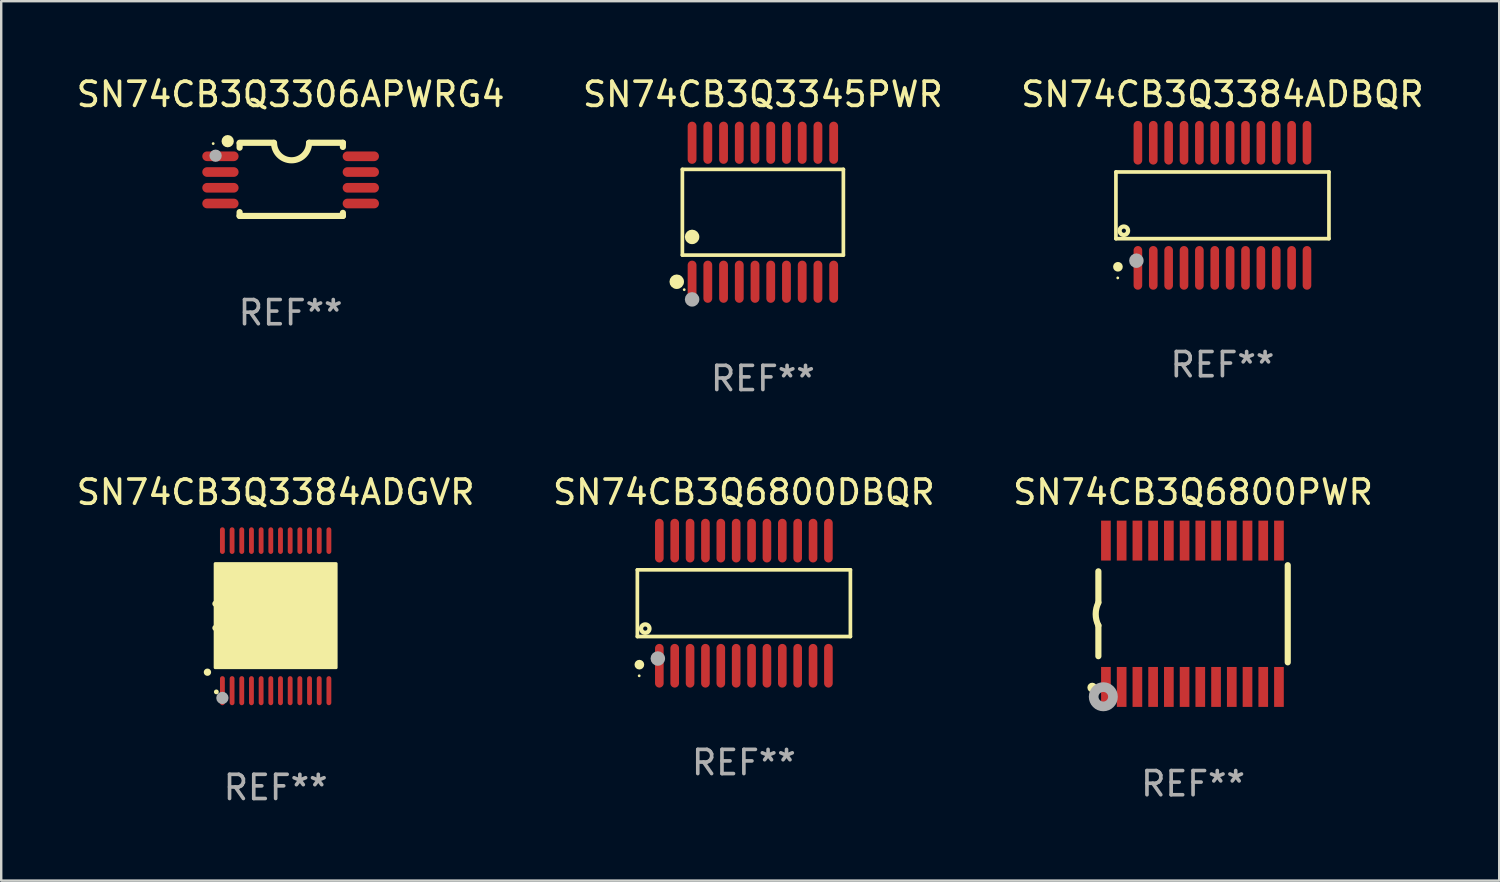
<source format=kicad_pcb>
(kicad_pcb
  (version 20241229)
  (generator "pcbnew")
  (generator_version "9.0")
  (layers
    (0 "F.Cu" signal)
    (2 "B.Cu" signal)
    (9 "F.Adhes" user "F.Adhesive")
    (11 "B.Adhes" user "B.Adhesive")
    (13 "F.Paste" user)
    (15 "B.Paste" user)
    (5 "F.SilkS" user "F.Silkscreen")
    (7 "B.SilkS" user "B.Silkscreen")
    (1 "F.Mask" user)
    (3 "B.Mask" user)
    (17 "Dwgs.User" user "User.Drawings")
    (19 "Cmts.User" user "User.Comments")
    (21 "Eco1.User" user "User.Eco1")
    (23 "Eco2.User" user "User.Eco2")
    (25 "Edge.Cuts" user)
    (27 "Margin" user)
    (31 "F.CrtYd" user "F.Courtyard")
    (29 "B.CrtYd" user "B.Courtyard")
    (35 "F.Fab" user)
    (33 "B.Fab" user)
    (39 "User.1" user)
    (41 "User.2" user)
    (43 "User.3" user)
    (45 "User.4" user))
  (footprint "SN74CB3Q6800DBQR"
    (layer "F.Cu")
    (at 27.685 21.872)
    (property "Reference" "SN74CB3Q6800DBQR" (at 0 -4.585 0) (layer "F.SilkS") (effects (font (size 1 1) (thickness 0.15))))
    (attr through_hole)
    (fp_line (start -4.401 -1.378) (end 4.401 -1.378) (stroke (width 0.152) (type solid)) (layer "F.SilkS"))
    (fp_line (start -4.401 1.378) (end -4.401 -1.378) (stroke (width 0.152) (type solid)) (layer "F.SilkS"))
    (fp_line (start 4.401 -1.378) (end 4.401 1.378) (stroke (width 0.152) (type solid)) (layer "F.SilkS"))
    (fp_line (start 4.401 1.378) (end -4.401 1.378) (stroke (width 0.152) (type solid)) (layer "F.SilkS"))
    (fp_circle (center -4.325 3) (end -4.295 3) (stroke (width 0.06) (type solid)) (fill no) (layer "F.SilkS"))
    (fp_circle (center -4.318 2.54) (end -4.218 2.54) (stroke (width 0.2) (type solid)) (fill no) (layer "F.SilkS"))
    (fp_circle (center -4.074 1.05) (end -3.987 1.05) (stroke (width 0.175) (type solid)) (fill no) (layer "F.SilkS"))
    (fp_circle (center -3.556 2.286) (end -3.406 2.286) (stroke (width 0.3) (type solid)) (fill no) (layer "F.Fab"))
    (fp_text user "REF**" (at 0 6.585 0) (layer "F.Fab") (effects (font (size 1 1) (thickness 0.15))))
    (pad "1" smd oval (at -3.493 2.585) (size 0.356 1.805) (layers "F.Cu" "F.Mask" "F.Paste"))
    (pad "2" smd oval (at -2.858 2.585) (size 0.356 1.805) (layers "F.Cu" "F.Mask" "F.Paste"))
    (pad "3" smd oval (at -2.223 2.585) (size 0.356 1.805) (layers "F.Cu" "F.Mask" "F.Paste"))
    (pad "4" smd oval (at -1.588 2.585) (size 0.356 1.805) (layers "F.Cu" "F.Mask" "F.Paste"))
    (pad "5" smd oval (at -0.953 2.585) (size 0.356 1.805) (layers "F.Cu" "F.Mask" "F.Paste"))
    (pad "6" smd oval (at -0.318 2.585) (size 0.356 1.805) (layers "F.Cu" "F.Mask" "F.Paste"))
    (pad "7" smd oval (at 0.318 2.585) (size 0.356 1.805) (layers "F.Cu" "F.Mask" "F.Paste"))
    (pad "8" smd oval (at 0.953 2.585) (size 0.356 1.805) (layers "F.Cu" "F.Mask" "F.Paste"))
    (pad "9" smd oval (at 1.588 2.585) (size 0.356 1.805) (layers "F.Cu" "F.Mask" "F.Paste"))
    (pad "10" smd oval (at 2.223 2.585) (size 0.356 1.805) (layers "F.Cu" "F.Mask" "F.Paste"))
    (pad "11" smd oval (at 2.858 2.585) (size 0.356 1.805) (layers "F.Cu" "F.Mask" "F.Paste"))
    (pad "12" smd oval (at 3.493 2.585) (size 0.356 1.805) (layers "F.Cu" "F.Mask" "F.Paste"))
    (pad "13" smd oval (at 3.493 -2.585) (size 0.356 1.805) (layers "F.Cu" "F.Mask" "F.Paste"))
    (pad "14" smd oval (at 2.858 -2.585) (size 0.356 1.805) (layers "F.Cu" "F.Mask" "F.Paste"))
    (pad "15" smd oval (at 2.223 -2.585) (size 0.356 1.805) (layers "F.Cu" "F.Mask" "F.Paste"))
    (pad "16" smd oval (at 1.588 -2.585) (size 0.356 1.805) (layers "F.Cu" "F.Mask" "F.Paste"))
    (pad "17" smd oval (at 0.953 -2.585) (size 0.356 1.805) (layers "F.Cu" "F.Mask" "F.Paste"))
    (pad "18" smd oval (at 0.318 -2.585) (size 0.356 1.805) (layers "F.Cu" "F.Mask" "F.Paste"))
    (pad "19" smd oval (at -0.318 -2.585) (size 0.356 1.805) (layers "F.Cu" "F.Mask" "F.Paste"))
    (pad "20" smd oval (at -0.953 -2.585) (size 0.356 1.805) (layers "F.Cu" "F.Mask" "F.Paste"))
    (pad "21" smd oval (at -1.588 -2.585) (size 0.356 1.805) (layers "F.Cu" "F.Mask" "F.Paste"))
    (pad "22" smd oval (at -2.223 -2.585) (size 0.356 1.805) (layers "F.Cu" "F.Mask" "F.Paste"))
    (pad "23" smd oval (at -2.858 -2.585) (size 0.356 1.805) (layers "F.Cu" "F.Mask" "F.Paste"))
    (pad "24" smd oval (at -3.493 -2.585) (size 0.356 1.805) (layers "F.Cu" "F.Mask" "F.Paste")))
  (footprint "SN74CB3Q3384ADBQR"
    (layer "F.Cu")
    (at 47.458 5.433)
    (property "Reference" "SN74CB3Q3384ADBQR" (at 0 -4.585 0) (layer "F.SilkS") (effects (font (size 1 1) (thickness 0.15))))
    (attr through_hole)
    (fp_line (start -4.401 -1.378) (end 4.401 -1.378) (stroke (width 0.152) (type solid)) (layer "F.SilkS"))
    (fp_line (start -4.401 1.378) (end -4.401 -1.378) (stroke (width 0.152) (type solid)) (layer "F.SilkS"))
    (fp_line (start 4.401 -1.378) (end 4.401 1.378) (stroke (width 0.152) (type solid)) (layer "F.SilkS"))
    (fp_line (start 4.401 1.378) (end -4.401 1.378) (stroke (width 0.152) (type solid)) (layer "F.SilkS"))
    (fp_circle (center -4.325 3) (end -4.295 3) (stroke (width 0.06) (type solid)) (fill no) (layer "F.SilkS"))
    (fp_circle (center -4.318 2.54) (end -4.218 2.54) (stroke (width 0.2) (type solid)) (fill no) (layer "F.SilkS"))
    (fp_circle (center -4.074 1.05) (end -3.987 1.05) (stroke (width 0.175) (type solid)) (fill no) (layer "F.SilkS"))
    (fp_circle (center -3.556 2.286) (end -3.406 2.286) (stroke (width 0.3) (type solid)) (fill no) (layer "F.Fab"))
    (fp_text user "REF**" (at 0 6.585 0) (layer "F.Fab") (effects (font (size 1 1) (thickness 0.15))))
    (pad "1" smd oval (at -3.493 2.585) (size 0.356 1.805) (layers "F.Cu" "F.Mask" "F.Paste"))
    (pad "2" smd oval (at -2.858 2.585) (size 0.356 1.805) (layers "F.Cu" "F.Mask" "F.Paste"))
    (pad "3" smd oval (at -2.223 2.585) (size 0.356 1.805) (layers "F.Cu" "F.Mask" "F.Paste"))
    (pad "4" smd oval (at -1.588 2.585) (size 0.356 1.805) (layers "F.Cu" "F.Mask" "F.Paste"))
    (pad "5" smd oval (at -0.953 2.585) (size 0.356 1.805) (layers "F.Cu" "F.Mask" "F.Paste"))
    (pad "6" smd oval (at -0.318 2.585) (size 0.356 1.805) (layers "F.Cu" "F.Mask" "F.Paste"))
    (pad "7" smd oval (at 0.318 2.585) (size 0.356 1.805) (layers "F.Cu" "F.Mask" "F.Paste"))
    (pad "8" smd oval (at 0.953 2.585) (size 0.356 1.805) (layers "F.Cu" "F.Mask" "F.Paste"))
    (pad "9" smd oval (at 1.588 2.585) (size 0.356 1.805) (layers "F.Cu" "F.Mask" "F.Paste"))
    (pad "10" smd oval (at 2.223 2.585) (size 0.356 1.805) (layers "F.Cu" "F.Mask" "F.Paste"))
    (pad "11" smd oval (at 2.858 2.585) (size 0.356 1.805) (layers "F.Cu" "F.Mask" "F.Paste"))
    (pad "12" smd oval (at 3.493 2.585) (size 0.356 1.805) (layers "F.Cu" "F.Mask" "F.Paste"))
    (pad "13" smd oval (at 3.493 -2.585) (size 0.356 1.805) (layers "F.Cu" "F.Mask" "F.Paste"))
    (pad "14" smd oval (at 2.858 -2.585) (size 0.356 1.805) (layers "F.Cu" "F.Mask" "F.Paste"))
    (pad "15" smd oval (at 2.223 -2.585) (size 0.356 1.805) (layers "F.Cu" "F.Mask" "F.Paste"))
    (pad "16" smd oval (at 1.588 -2.585) (size 0.356 1.805) (layers "F.Cu" "F.Mask" "F.Paste"))
    (pad "17" smd oval (at 0.953 -2.585) (size 0.356 1.805) (layers "F.Cu" "F.Mask" "F.Paste"))
    (pad "18" smd oval (at 0.318 -2.585) (size 0.356 1.805) (layers "F.Cu" "F.Mask" "F.Paste"))
    (pad "19" smd oval (at -0.318 -2.585) (size 0.356 1.805) (layers "F.Cu" "F.Mask" "F.Paste"))
    (pad "20" smd oval (at -0.953 -2.585) (size 0.356 1.805) (layers "F.Cu" "F.Mask" "F.Paste"))
    (pad "21" smd oval (at -1.588 -2.585) (size 0.356 1.805) (layers "F.Cu" "F.Mask" "F.Paste"))
    (pad "22" smd oval (at -2.223 -2.585) (size 0.356 1.805) (layers "F.Cu" "F.Mask" "F.Paste"))
    (pad "23" smd oval (at -2.858 -2.585) (size 0.356 1.805) (layers "F.Cu" "F.Mask" "F.Paste"))
    (pad "24" smd oval (at -3.493 -2.585) (size 0.356 1.805) (layers "F.Cu" "F.Mask" "F.Paste")))
  (footprint "SN74CB3Q6800PWR"
    (layer "F.Cu")
    (at 46.244 22.309)
    (property "Reference" "SN74CB3Q6800PWR" (at 0 -5.023 0) (layer "F.SilkS") (effects (font (size 1 1) (thickness 0.15))))
    (attr through_hole)
    (fp_line (start -3.912 -0.483) (end -3.912 -1.753) (stroke (width 0.254) (type solid)) (layer "F.SilkS"))
    (fp_line (start -3.912 1.753) (end -3.912 0.483) (stroke (width 0.254) (type solid)) (layer "F.SilkS"))
    (fp_line (start 3.912 -2.007) (end 3.912 2.007) (stroke (width 0.254) (type solid)) (layer "F.SilkS"))
    (fp_arc (start -3.911608 0.482601) (mid -4.022537 0.0127) (end -3.911608 -0.457201) (stroke (width 0.254001) (type solid)) (layer "F.SilkS"))
    (fp_circle (center -4.166 3.048) (end -4.066 3.048) (stroke (width 0.2) (type solid)) (fill no) (layer "F.SilkS"))
    (fp_circle (center -3.925 3.186) (end -3.895 3.186) (stroke (width 0.06) (type solid)) (fill no) (layer "F.SilkS"))
    (fp_circle (center -3.708 3.429) (end -3.509 3.429) (stroke (width 0.4) (type solid)) (fill no) (layer "F.Fab"))
    (fp_text user "REF**" (at 0 7.023 0) (layer "F.Fab") (effects (font (size 1 1) (thickness 0.15))))
    (pad "1" smd rect (at -3.6 3.023) (size 0.4 1.65) (layers "F.Cu" "F.Mask" "F.Paste"))
    (pad "2" smd rect (at -2.95 3.023) (size 0.4 1.65) (layers "F.Cu" "F.Mask" "F.Paste"))
    (pad "3" smd rect (at -2.3 3.023) (size 0.4 1.65) (layers "F.Cu" "F.Mask" "F.Paste"))
    (pad "4" smd rect (at -1.65 3.023) (size 0.4 1.65) (layers "F.Cu" "F.Mask" "F.Paste"))
    (pad "5" smd rect (at -1 3.023) (size 0.4 1.65) (layers "F.Cu" "F.Mask" "F.Paste"))
    (pad "6" smd rect (at -0.35 3.023) (size 0.4 1.65) (layers "F.Cu" "F.Mask" "F.Paste"))
    (pad "7" smd rect (at 0.299 3.023) (size 0.4 1.65) (layers "F.Cu" "F.Mask" "F.Paste"))
    (pad "8" smd rect (at 0.95 3.023) (size 0.4 1.65) (layers "F.Cu" "F.Mask" "F.Paste"))
    (pad "9" smd rect (at 1.6 3.023) (size 0.4 1.65) (layers "F.Cu" "F.Mask" "F.Paste"))
    (pad "10" smd rect (at 2.25 3.023) (size 0.4 1.65) (layers "F.Cu" "F.Mask" "F.Paste"))
    (pad "11" smd rect (at 2.9 3.023) (size 0.4 1.65) (layers "F.Cu" "F.Mask" "F.Paste"))
    (pad "12" smd rect (at 3.549 3.023) (size 0.4 1.65) (layers "F.Cu" "F.Mask" "F.Paste"))
    (pad "13" smd rect (at 3.549 -3.023) (size 0.4 1.65) (layers "F.Cu" "F.Mask" "F.Paste"))
    (pad "14" smd rect (at 2.9 -3.023) (size 0.4 1.65) (layers "F.Cu" "F.Mask" "F.Paste"))
    (pad "15" smd rect (at 2.25 -3.023) (size 0.4 1.65) (layers "F.Cu" "F.Mask" "F.Paste"))
    (pad "16" smd rect (at 1.6 -3.023) (size 0.4 1.65) (layers "F.Cu" "F.Mask" "F.Paste"))
    (pad "17" smd rect (at 0.95 -3.023) (size 0.4 1.65) (layers "F.Cu" "F.Mask" "F.Paste"))
    (pad "18" smd rect (at 0.299 -3.023) (size 0.4 1.65) (layers "F.Cu" "F.Mask" "F.Paste"))
    (pad "19" smd rect (at -0.35 -3.023) (size 0.4 1.65) (layers "F.Cu" "F.Mask" "F.Paste"))
    (pad "20" smd rect (at -1 -3.023) (size 0.4 1.65) (layers "F.Cu" "F.Mask" "F.Paste"))
    (pad "21" smd rect (at -1.65 -3.023) (size 0.4 1.65) (layers "F.Cu" "F.Mask" "F.Paste"))
    (pad "22" smd rect (at -2.3 -3.023) (size 0.4 1.65) (layers "F.Cu" "F.Mask" "F.Paste"))
    (pad "23" smd rect (at -2.95 -3.023) (size 0.4 1.65) (layers "F.Cu" "F.Mask" "F.Paste"))
    (pad "24" smd rect (at -3.6 -3.023) (size 0.4 1.65) (layers "F.Cu" "F.Mask" "F.Paste")))
  (footprint "SN74CB3Q3306APWRG4"
    (layer "F.Cu")
    (at 8.958 4.36)
    (property "Reference" "SN74CB3Q3306APWRG4" (at 0 -3.511 0) (layer "F.SilkS") (effects (font (size 1 1) (thickness 0.15))))
    (attr through_hole)
    (fp_line (start -2.108 -1.511) (end -0.711 -1.511) (stroke (width 0.254) (type solid)) (layer "F.SilkS"))
    (fp_line (start -2.108 -1.309) (end -2.108 -1.486) (stroke (width 0.254) (type solid)) (layer "F.SilkS"))
    (fp_line (start -2.108 1.511) (end -2.108 1.355) (stroke (width 0.254) (type solid)) (layer "F.SilkS"))
    (fp_line (start 0.762 -1.511) (end 2.159 -1.511) (stroke (width 0.254) (type solid)) (layer "F.SilkS"))
    (fp_line (start 2.159 -1.511) (end 2.159 -1.339) (stroke (width 0.254) (type solid)) (layer "F.SilkS"))
    (fp_line (start 2.159 1.384) (end 2.159 1.511) (stroke (width 0.254) (type solid)) (layer "F.SilkS"))
    (fp_line (start 2.159 1.511) (end -2.108 1.511) (stroke (width 0.254) (type solid)) (layer "F.SilkS"))
    (fp_arc (start 0.762002 -1.511303) (mid 0.0381 -0.787401) (end -0.685802 -1.511303) (stroke (width 0.254001) (type solid)) (layer "F.SilkS"))
    (fp_circle (center -3.2 -1.477) (end -3.17 -1.477) (stroke (width 0.06) (type solid)) (fill no) (layer "F.SilkS"))
    (fp_circle (center -2.6 -1.577) (end -2.473 -1.577) (stroke (width 0.254) (type solid)) (fill no) (layer "F.SilkS"))
    (fp_circle (center -3.1 -0.977) (end -2.973 -0.977) (stroke (width 0.254) (type solid)) (fill no) (layer "F.Fab"))
    (fp_text user "REF**" (at 0 5.511 0) (layer "F.Fab") (effects (font (size 1 1) (thickness 0.15))))
    (pad "1" smd oval (at -2.9 -0.953 90) (size 0.4 1.5) (layers "F.Cu" "F.Mask" "F.Paste"))
    (pad "2" smd oval (at -2.9 -0.302 90) (size 0.4 1.5) (layers "F.Cu" "F.Mask" "F.Paste"))
    (pad "3" smd oval (at -2.9 0.348 90) (size 0.4 1.5) (layers "F.Cu" "F.Mask" "F.Paste"))
    (pad "4" smd oval (at -2.9 0.998 90) (size 0.4 1.5) (layers "F.Cu" "F.Mask" "F.Paste"))
    (pad "5" smd oval (at 2.9 0.998 90) (size 0.4 1.5) (layers "F.Cu" "F.Mask" "F.Paste"))
    (pad "6" smd oval (at 2.9 0.348 90) (size 0.4 1.5) (layers "F.Cu" "F.Mask" "F.Paste"))
    (pad "7" smd oval (at 2.9 -0.302 90) (size 0.4 1.5) (layers "F.Cu" "F.Mask" "F.Paste"))
    (pad "8" smd oval (at 2.9 -0.953 90) (size 0.4 1.5) (layers "F.Cu" "F.Mask" "F.Paste")))
  (footprint "SN74CB3Q3384ADGVR"
    (layer "F.Cu")
    (at 8.339 22.387)
    (property "Reference" "SN74CB3Q3384ADGVR" (at 0 -5.1 0) (layer "F.SilkS") (effects (font (size 1 1) (thickness 0.15))))
    (attr through_hole)
    (fp_arc (start -2.819355 2.336703) (mid -2.818085 2.336698) (end -2.816815 2.336703) (stroke (width 0.3) (type solid)) (layer "F.SilkS"))
    (fp_arc (start -2.489154 -0.492863) (mid -1.989154 0.007518) (end -2.489154 0.507899) (stroke (width 0.254001) (type solid)) (layer "F.SilkS"))
    (fp_circle (center -2.45 3.15) (end -2.4 3.15) (stroke (width 0.1) (type solid)) (fill no) (layer "F.SilkS"))
    (fp_poly (pts (xy -2.5 -2.15) (xy 2.5 -2.15) (xy 2.5 2.15) (xy -2.5 2.15)) (stroke (width 0.12) (type solid)) (fill yes) (layer "F.SilkS"))
    (fp_circle (center -2.2 3.4) (end -2.073 3.4) (stroke (width 0.254) (type solid)) (fill no) (layer "F.Fab"))
    (fp_text user "REF**" (at 0 7.1 0) (layer "F.Fab") (effects (font (size 1 1) (thickness 0.15))))
    (pad "1" smd oval (at -2.2 3.1 180) (size 0.2 1.2) (layers "F.Cu" "F.Mask" "F.Paste"))
    (pad "2" smd oval (at -1.8 3.1 180) (size 0.2 1.2) (layers "F.Cu" "F.Mask" "F.Paste"))
    (pad "3" smd oval (at -1.4 3.1 180) (size 0.2 1.2) (layers "F.Cu" "F.Mask" "F.Paste"))
    (pad "4" smd oval (at -1 3.1 180) (size 0.2 1.2) (layers "F.Cu" "F.Mask" "F.Paste"))
    (pad "5" smd oval (at -0.6 3.1 180) (size 0.2 1.2) (layers "F.Cu" "F.Mask" "F.Paste"))
    (pad "6" smd oval (at -0.2 3.1 180) (size 0.2 1.2) (layers "F.Cu" "F.Mask" "F.Paste"))
    (pad "7" smd oval (at 0.2 3.1 180) (size 0.2 1.2) (layers "F.Cu" "F.Mask" "F.Paste"))
    (pad "8" smd oval (at 0.6 3.1 180) (size 0.2 1.2) (layers "F.Cu" "F.Mask" "F.Paste"))
    (pad "9" smd oval (at 1 3.1 180) (size 0.2 1.2) (layers "F.Cu" "F.Mask" "F.Paste"))
    (pad "10" smd oval (at 1.4 3.1 180) (size 0.2 1.2) (layers "F.Cu" "F.Mask" "F.Paste"))
    (pad "11" smd oval (at 1.8 3.1 180) (size 0.2 1.2) (layers "F.Cu" "F.Mask" "F.Paste"))
    (pad "12" smd oval (at 2.2 3.1 180) (size 0.2 1.2) (layers "F.Cu" "F.Mask" "F.Paste"))
    (pad "13" smd oval (at 2.2 -3.1 180) (size 0.2 1.1) (layers "F.Cu" "F.Mask" "F.Paste"))
    (pad "14" smd oval (at 1.8 -3.1 180) (size 0.2 1.1) (layers "F.Cu" "F.Mask" "F.Paste"))
    (pad "15" smd oval (at 1.4 -3.1 180) (size 0.2 1.1) (layers "F.Cu" "F.Mask" "F.Paste"))
    (pad "16" smd oval (at 1 -3.1 180) (size 0.2 1.1) (layers "F.Cu" "F.Mask" "F.Paste"))
    (pad "17" smd oval (at 0.6 -3.1 180) (size 0.2 1.1) (layers "F.Cu" "F.Mask" "F.Paste"))
    (pad "18" smd oval (at 0.2 -3.1 180) (size 0.2 1.1) (layers "F.Cu" "F.Mask" "F.Paste"))
    (pad "19" smd oval (at -0.2 -3.1 180) (size 0.2 1.1) (layers "F.Cu" "F.Mask" "F.Paste"))
    (pad "20" smd oval (at -0.6 -3.1 180) (size 0.2 1.1) (layers "F.Cu" "F.Mask" "F.Paste"))
    (pad "21" smd oval (at -1 -3.1 180) (size 0.2 1.1) (layers "F.Cu" "F.Mask" "F.Paste"))
    (pad "22" smd oval (at -1.4 -3.1 180) (size 0.2 1.1) (layers "F.Cu" "F.Mask" "F.Paste"))
    (pad "23" smd oval (at -1.8 -3.1 180) (size 0.2 1.1) (layers "F.Cu" "F.Mask" "F.Paste"))
    (pad "24" smd oval (at -2.2 -3.1 180) (size 0.2 1.1) (layers "F.Cu" "F.Mask" "F.Paste")))
  (footprint "SN74CB3Q3345PWR"
    (layer "F.Cu")
    (at 28.47 5.719)
    (property "Reference" "SN74CB3Q3345PWR" (at 0 -4.871 0) (layer "F.SilkS") (effects (font (size 1 1) (thickness 0.15))))
    (attr through_hole)
    (fp_line (start -3.326 -1.771) (end 3.326 -1.771) (stroke (width 0.152) (type solid)) (layer "F.SilkS"))
    (fp_line (start -3.326 1.771) (end -3.326 -1.771) (stroke (width 0.152) (type solid)) (layer "F.SilkS"))
    (fp_line (start 3.326 -1.771) (end 3.326 1.771) (stroke (width 0.152) (type solid)) (layer "F.SilkS"))
    (fp_line (start 3.326 1.771) (end -3.326 1.771) (stroke (width 0.152) (type solid)) (layer "F.SilkS"))
    (fp_circle (center -3.559 2.871) (end -3.409 2.871) (stroke (width 0.3) (type solid)) (fill no) (layer "F.SilkS"))
    (fp_circle (center -3.25 3.2) (end -3.22 3.2) (stroke (width 0.06) (type solid)) (fill no) (layer "F.SilkS"))
    (fp_circle (center -2.925 1.019) (end -2.775 1.019) (stroke (width 0.3) (type solid)) (fill no) (layer "F.SilkS"))
    (fp_circle (center -2.925 3.6) (end -2.775 3.6) (stroke (width 0.3) (type solid)) (fill no) (layer "F.Fab"))
    (fp_text user "REF**" (at 0 6.871 0) (layer "F.Fab") (effects (font (size 1 1) (thickness 0.15))))
    (pad "1" smd oval (at -2.925 2.871) (size 0.364 1.742) (layers "F.Cu" "F.Mask" "F.Paste"))
    (pad "2" smd oval (at -2.275 2.871) (size 0.364 1.742) (layers "F.Cu" "F.Mask" "F.Paste"))
    (pad "3" smd oval (at -1.625 2.871) (size 0.364 1.742) (layers "F.Cu" "F.Mask" "F.Paste"))
    (pad "4" smd oval (at -0.975 2.871) (size 0.364 1.742) (layers "F.Cu" "F.Mask" "F.Paste"))
    (pad "5" smd oval (at -0.325 2.871) (size 0.364 1.742) (layers "F.Cu" "F.Mask" "F.Paste"))
    (pad "6" smd oval (at 0.325 2.871) (size 0.364 1.742) (layers "F.Cu" "F.Mask" "F.Paste"))
    (pad "7" smd oval (at 0.975 2.871) (size 0.364 1.742) (layers "F.Cu" "F.Mask" "F.Paste"))
    (pad "8" smd oval (at 1.625 2.871) (size 0.364 1.742) (layers "F.Cu" "F.Mask" "F.Paste"))
    (pad "9" smd oval (at 2.275 2.871) (size 0.364 1.742) (layers "F.Cu" "F.Mask" "F.Paste"))
    (pad "10" smd oval (at 2.925 2.871) (size 0.364 1.742) (layers "F.Cu" "F.Mask" "F.Paste"))
    (pad "11" smd oval (at 2.925 -2.871) (size 0.364 1.742) (layers "F.Cu" "F.Mask" "F.Paste"))
    (pad "12" smd oval (at 2.275 -2.871) (size 0.364 1.742) (layers "F.Cu" "F.Mask" "F.Paste"))
    (pad "13" smd oval (at 1.625 -2.871) (size 0.364 1.742) (layers "F.Cu" "F.Mask" "F.Paste"))
    (pad "14" smd oval (at 0.975 -2.871) (size 0.364 1.742) (layers "F.Cu" "F.Mask" "F.Paste"))
    (pad "15" smd oval (at 0.325 -2.871) (size 0.364 1.742) (layers "F.Cu" "F.Mask" "F.Paste"))
    (pad "16" smd oval (at -0.325 -2.871) (size 0.364 1.742) (layers "F.Cu" "F.Mask" "F.Paste"))
    (pad "17" smd oval (at -0.975 -2.871) (size 0.364 1.742) (layers "F.Cu" "F.Mask" "F.Paste"))
    (pad "18" smd oval (at -1.625 -2.871) (size 0.364 1.742) (layers "F.Cu" "F.Mask" "F.Paste"))
    (pad "19" smd oval (at -2.275 -2.871) (size 0.364 1.742) (layers "F.Cu" "F.Mask" "F.Paste"))
    (pad "20" smd oval (at -2.925 -2.871) (size 0.364 1.742) (layers "F.Cu" "F.Mask" "F.Paste")))
  (gr_rect
    (start -3 -3)
    (end 58.893 33.335)
    (stroke (width 0.1) (type default))
    (fill no)
    (layer "Edge.Cuts")))
</source>
